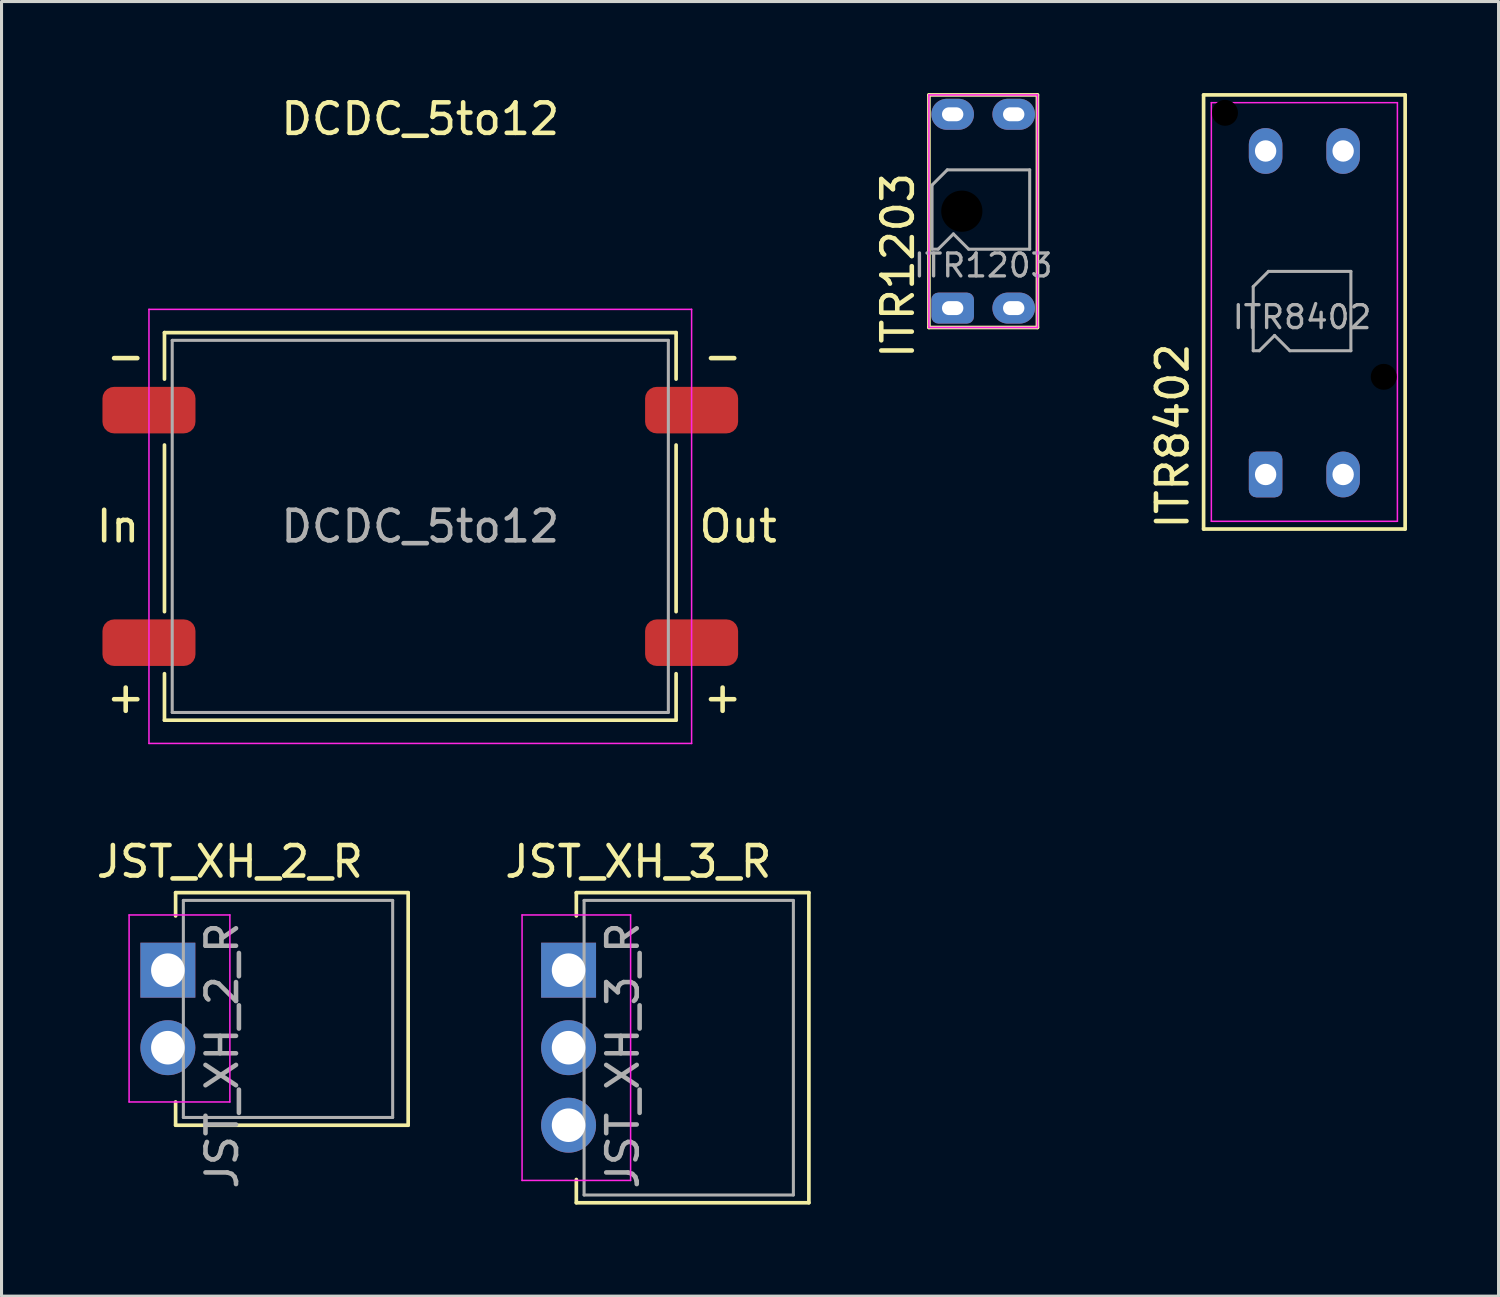
<source format=kicad_pcb>
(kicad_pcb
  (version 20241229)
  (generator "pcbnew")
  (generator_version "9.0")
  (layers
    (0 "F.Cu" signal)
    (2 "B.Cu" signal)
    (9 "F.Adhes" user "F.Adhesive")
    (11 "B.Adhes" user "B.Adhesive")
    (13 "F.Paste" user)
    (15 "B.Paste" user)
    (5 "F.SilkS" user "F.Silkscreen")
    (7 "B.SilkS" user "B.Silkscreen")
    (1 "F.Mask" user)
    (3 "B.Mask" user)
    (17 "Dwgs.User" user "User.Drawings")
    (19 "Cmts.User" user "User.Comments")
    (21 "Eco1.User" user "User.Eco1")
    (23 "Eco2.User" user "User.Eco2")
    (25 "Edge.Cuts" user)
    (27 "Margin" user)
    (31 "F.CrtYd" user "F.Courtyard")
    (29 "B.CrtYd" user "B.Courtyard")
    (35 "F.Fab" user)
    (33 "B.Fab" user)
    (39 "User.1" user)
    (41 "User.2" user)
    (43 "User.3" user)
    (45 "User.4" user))
  (footprint "JST_XH_2_R"
    (layer "F.Cu")
    (at 2.45 30.009)
    (property "Reference" "JST_XH_2_R" (at 2.032 -4.826 0) (layer "F.SilkS") (effects (font (size 1 1) (thickness 0.15))))
    (attr smd)
    (fp_line (start 0.254 -3.81) (end 7.874 -3.81) (stroke (width 0.12) (type solid)) (layer "F.SilkS"))
    (fp_line (start 0.254 -3.048) (end 0.254 -3.81) (stroke (width 0.12) (type solid)) (layer "F.SilkS"))
    (fp_line (start 0.254 3.81) (end 0.254 3.048) (stroke (width 0.12) (type solid)) (layer "F.SilkS"))
    (fp_line (start 0.254 3.81) (end 7.874 3.81) (stroke (width 0.12) (type solid)) (layer "F.SilkS"))
    (fp_line (start 7.874 -3.81) (end 7.874 3.81) (stroke (width 0.12) (type solid)) (layer "F.SilkS"))
    (fp_line (start -1.27 -3.08) (end -1.27 3.048) (stroke (width 0.05) (type solid)) (layer "F.CrtYd"))
    (fp_line (start -1.27 3.048) (end 2.032 3.048) (stroke (width 0.05) (type solid)) (layer "F.CrtYd"))
    (fp_line (start 2.032 -3.08) (end -1.27 -3.08) (stroke (width 0.05) (type solid)) (layer "F.CrtYd"))
    (fp_line (start 2.032 3.048) (end 2.032 -3.08) (stroke (width 0.05) (type solid)) (layer "F.CrtYd"))
    (fp_line (start 0.508 -3.556) (end 7.366 -3.556) (stroke (width 0.1) (type solid)) (layer "F.Fab"))
    (fp_line (start 0.508 3.556) (end 0.508 -3.556) (stroke (width 0.1) (type solid)) (layer "F.Fab"))
    (fp_line (start 7.366 -3.556) (end 7.366 3.556) (stroke (width 0.1) (type solid)) (layer "F.Fab"))
    (fp_line (start 7.366 3.556) (end 0.508 3.556) (stroke (width 0.1) (type solid)) (layer "F.Fab"))
    (fp_text user "${REFERENCE}" (at 1.778 1.524 90) (layer "F.Fab") (effects (font (size 1 1) (thickness 0.15))))
    (pad "1" thru_hole rect (at 0 -1.27 270) (size 1.8 1.8) (drill 1.1) (layers "*.Cu" "*.Mask"))
    (pad "2" thru_hole circle (at 0 1.27 270) (size 1.8 1.8) (drill 1.1) (layers "*.Cu" "*.Mask")))
  (footprint "ITR8402"
    (layer "F.Cu")
    (at 39.689 7.197)
    (property "Reference" "ITR8402" (at -4.318 4.039 90) (layer "F.SilkS") (effects (font (size 1 1) (thickness 0.15))))
    (attr through_hole)
    (fp_line (start -3.302 -7.137) (end -3.302 7.087) (stroke (width 0.12) (type solid)) (layer "F.SilkS"))
    (fp_line (start 3.302 -7.137) (end -3.302 -7.137) (stroke (width 0.12) (type solid)) (layer "F.SilkS"))
    (fp_line (start 3.302 7.087) (end -3.302 7.087) (stroke (width 0.12) (type solid)) (layer "F.SilkS"))
    (fp_line (start 3.302 7.087) (end 3.302 -7.137) (stroke (width 0.12) (type solid)) (layer "F.SilkS"))
    (fp_line (start -3.048 -6.883) (end -3.048 6.833) (stroke (width 0.05) (type solid)) (layer "F.CrtYd"))
    (fp_line (start -3.048 -6.883) (end 3.048 -6.883) (stroke (width 0.05) (type solid)) (layer "F.CrtYd"))
    (fp_line (start 3.048 6.833) (end -3.048 6.833) (stroke (width 0.05) (type solid)) (layer "F.CrtYd"))
    (fp_line (start 3.048 6.833) (end 3.048 -6.883) (stroke (width 0.05) (type solid)) (layer "F.CrtYd"))
    (fp_line (start -1.676 -0.855) (end -1.176 -1.355) (stroke (width 0.1) (type solid)) (layer "F.Fab"))
    (fp_line (start -1.676 1.245) (end -1.676 -0.855) (stroke (width 0.1) (type solid)) (layer "F.Fab"))
    (fp_line (start -1.676 1.245) (end -1.476 1.245) (stroke (width 0.1) (type solid)) (layer "F.Fab"))
    (fp_line (start -1.176 -1.355) (end 1.524 -1.355) (stroke (width 0.1) (type solid)) (layer "F.Fab"))
    (fp_line (start -0.976 0.745) (end -1.476 1.245) (stroke (width 0.1) (type solid)) (layer "F.Fab"))
    (fp_line (start -0.976 0.745) (end -0.476 1.245) (stroke (width 0.1) (type solid)) (layer "F.Fab"))
    (fp_line (start 1.524 -1.355) (end 1.524 1.245) (stroke (width 0.1) (type solid)) (layer "F.Fab"))
    (fp_line (start 1.524 1.245) (end -0.476 1.245) (stroke (width 0.1) (type solid)) (layer "F.Fab"))
    (fp_text user "${REFERENCE}" (at -0.076 0.145 0) (layer "F.Fab") (effects (font (size 0.75 0.75) (thickness 0.11))))
    (pad "" np_thru_hole circle (at -2.6 -6.55) (size 0.85 0.85) (drill 0.85) (layers "*.Mask"))
    (pad "" np_thru_hole circle (at 2.6 2.1) (size 0.85 0.85) (drill 0.85) (layers "*.Mask"))
    (pad "1" thru_hole oval (at 1.27 5.3) (size 1.1 1.5) (drill 0.7) (layers "*.Cu" "*.Mask"))
    (pad "2" thru_hole roundrect (at -1.27 5.3) (size 1.1 1.5) (drill 0.7) (layers "*.Cu" "*.Mask") (roundrect_rratio 0.227))
    (pad "3" thru_hole oval (at 1.27 -5.3) (size 1.1 1.5) (drill 0.7) (layers "*.Cu" "*.Mask"))
    (pad "4" thru_hole oval (at -1.27 -5.3) (size 1.1 1.5) (drill 0.7) (layers "*.Cu" "*.Mask")))
  (footprint "DCDC_5to12"
    (layer "F.Cu")
    (at 10.721 14.198)
    (property "Reference" "DCDC_5to12" (at 0 -13.35 0) (layer "F.SilkS") (effects (font (size 1 1) (thickness 0.15))))
    (attr smd)
    (fp_line (start -8.382 -4.826) (end -8.382 -6.35) (stroke (width 0.12) (type solid)) (layer "F.SilkS"))
    (fp_line (start -8.382 -2.667) (end -8.382 2.794) (stroke (width 0.12) (type solid)) (layer "F.SilkS"))
    (fp_line (start -8.382 4.826) (end -8.382 6.35) (stroke (width 0.12) (type solid)) (layer "F.SilkS"))
    (fp_line (start 8.382 -6.35) (end -8.382 -6.35) (stroke (width 0.12) (type solid)) (layer "F.SilkS"))
    (fp_line (start 8.382 -4.826) (end 8.382 -6.35) (stroke (width 0.12) (type solid)) (layer "F.SilkS"))
    (fp_line (start 8.382 -2.667) (end 8.382 2.794) (stroke (width 0.12) (type solid)) (layer "F.SilkS"))
    (fp_line (start 8.382 4.826) (end 8.382 6.35) (stroke (width 0.12) (type solid)) (layer "F.SilkS"))
    (fp_line (start 8.382 6.35) (end -8.382 6.35) (stroke (width 0.12) (type solid)) (layer "F.SilkS"))
    (fp_line (start -8.89 -7.112) (end -8.89 7.112) (stroke (width 0.05) (type solid)) (layer "F.CrtYd"))
    (fp_line (start -8.89 -7.112) (end 8.89 -7.112) (stroke (width 0.05) (type solid)) (layer "F.CrtYd"))
    (fp_line (start -8.89 7.112) (end 8.89 7.112) (stroke (width 0.05) (type solid)) (layer "F.CrtYd"))
    (fp_line (start 8.89 7.112) (end 8.89 -7.112) (stroke (width 0.05) (type solid)) (layer "F.CrtYd"))
    (fp_line (start -8.128 -6.096) (end -8.128 6.096) (stroke (width 0.1) (type solid)) (layer "F.Fab"))
    (fp_line (start -8.128 6.096) (end 8.128 6.096) (stroke (width 0.1) (type solid)) (layer "F.Fab"))
    (fp_line (start 8.128 -6.096) (end -8.128 -6.096) (stroke (width 0.1) (type solid)) (layer "F.Fab"))
    (fp_line (start 8.128 6.096) (end 8.128 -6.096) (stroke (width 0.1) (type solid)) (layer "F.Fab"))
    (fp_text user "-" (at -9.652 -5.588 0) (unlocked yes) (layer "F.SilkS") (effects (font (size 1 1) (thickness 0.15))))
    (fp_text user "+" (at 9.906 5.588 0) (unlocked yes) (layer "F.SilkS") (effects (font (size 1 1) (thickness 0.15))))
    (fp_text user "+" (at -9.652 5.588 0) (unlocked yes) (layer "F.SilkS") (effects (font (size 1 1) (thickness 0.15))))
    (fp_text user "In" (at -9.906 0 0) (unlocked yes) (layer "F.SilkS") (effects (font (size 1 1) (thickness 0.15))))
    (fp_text user "Out" (at 10.414 0 0) (unlocked yes) (layer "F.SilkS") (effects (font (size 1 1) (thickness 0.15))))
    (fp_text user "-" (at 9.906 -5.588 0) (unlocked yes) (layer "F.SilkS") (effects (font (size 1 1) (thickness 0.15))))
    (fp_text user "${REFERENCE}" (at 0 0 0) (layer "F.Fab") (effects (font (size 1 1) (thickness 0.15))))
    (pad "1" smd roundrect (at -8.89 -3.81) (size 3.048 1.524) (layers "F.Cu" "F.Mask" "F.Paste") (roundrect_rratio 0.25))
    (pad "2" smd roundrect (at 8.89 -3.81) (size 3.048 1.524) (layers "F.Cu" "F.Mask" "F.Paste") (roundrect_rratio 0.25))
    (pad "3" smd roundrect (at -8.89 3.81) (size 3.048 1.524) (layers "F.Cu" "F.Mask" "F.Paste") (roundrect_rratio 0.25))
    (pad "4" smd roundrect (at 8.89 3.81) (size 3.048 1.524) (layers "F.Cu" "F.Mask" "F.Paste") (roundrect_rratio 0.25)))
  (footprint "ITR1203"
    (layer "F.Cu")
    (at 29.165 3.87)
    (property "Reference" "ITR1203" (at -2.794 1.778 90) (layer "F.SilkS") (effects (font (size 1 1) (thickness 0.15))))
    (attr through_hole)
    (fp_line (start -1.778 -3.81) (end -1.778 3.81) (stroke (width 0.12) (type solid)) (layer "F.SilkS"))
    (fp_line (start 1.778 -3.81) (end -1.778 -3.81) (stroke (width 0.12) (type solid)) (layer "F.SilkS"))
    (fp_line (start 1.778 3.81) (end -1.778 3.81) (stroke (width 0.12) (type solid)) (layer "F.SilkS"))
    (fp_line (start 1.778 3.81) (end 1.778 -3.81) (stroke (width 0.12) (type solid)) (layer "F.SilkS"))
    (fp_line (start -1.778 -3.81) (end -1.778 3.81) (stroke (width 0.05) (type solid)) (layer "F.CrtYd"))
    (fp_line (start -1.778 -3.81) (end 1.778 -3.81) (stroke (width 0.05) (type solid)) (layer "F.CrtYd"))
    (fp_line (start 1.778 3.81) (end -1.778 3.81) (stroke (width 0.05) (type solid)) (layer "F.CrtYd"))
    (fp_line (start 1.778 3.81) (end 1.778 -3.81) (stroke (width 0.05) (type solid)) (layer "F.CrtYd"))
    (fp_line (start -1.676 -0.855) (end -1.176 -1.355) (stroke (width 0.1) (type solid)) (layer "F.Fab"))
    (fp_line (start -1.676 1.245) (end -1.676 -0.855) (stroke (width 0.1) (type solid)) (layer "F.Fab"))
    (fp_line (start -1.676 1.245) (end -1.476 1.245) (stroke (width 0.1) (type solid)) (layer "F.Fab"))
    (fp_line (start -1.176 -1.355) (end 1.524 -1.355) (stroke (width 0.1) (type solid)) (layer "F.Fab"))
    (fp_line (start -0.976 0.745) (end -1.476 1.245) (stroke (width 0.1) (type solid)) (layer "F.Fab"))
    (fp_line (start -0.976 0.745) (end -0.476 1.245) (stroke (width 0.1) (type solid)) (layer "F.Fab"))
    (fp_line (start 1.524 -1.355) (end 1.524 1.245) (stroke (width 0.1) (type solid)) (layer "F.Fab"))
    (fp_line (start 1.524 1.245) (end -0.476 1.245) (stroke (width 0.1) (type solid)) (layer "F.Fab"))
    (fp_text user "${REFERENCE}" (at 0 1.778 0) (layer "F.Fab") (effects (font (size 0.75 0.75) (thickness 0.11))))
    (pad "" np_thru_hole circle (at -0.7 0) (size 1.35 1.35) (drill 1.35) (layers "*.Mask"))
    (pad "1" thru_hole oval (at 1 3.175) (size 1.397 1.016) (drill oval 0.7 0.457) (layers "*.Cu" "*.Mask"))
    (pad "2" thru_hole roundrect (at -1 3.175) (size 1.397 1.016) (drill oval 0.7 0.457) (layers "*.Cu" "*.Mask") (roundrect_rratio 0.227))
    (pad "3" thru_hole oval (at 1 -3.175) (size 1.397 1.016) (drill oval 0.7 0.457) (layers "*.Cu" "*.Mask"))
    (pad "4" thru_hole oval (at -1 -3.175) (size 1.397 1.016) (drill oval 0.7 0.457) (layers "*.Cu" "*.Mask")))
  (footprint "JST_XH_3_R"
    (layer "F.Cu")
    (at 15.58 31.279)
    (property "Reference" "JST_XH_3_R" (at 2.286 -6.096 0) (layer "F.SilkS") (effects (font (size 1 1) (thickness 0.15))))
    (attr smd)
    (fp_line (start 0.254 -5.08) (end 7.874 -5.08) (stroke (width 0.12) (type solid)) (layer "F.SilkS"))
    (fp_line (start 0.254 -4.318) (end 0.254 -5.08) (stroke (width 0.12) (type solid)) (layer "F.SilkS"))
    (fp_line (start 0.254 5.08) (end 0.254 4.318) (stroke (width 0.12) (type solid)) (layer "F.SilkS"))
    (fp_line (start 0.254 5.08) (end 7.874 5.08) (stroke (width 0.12) (type solid)) (layer "F.SilkS"))
    (fp_line (start 7.874 -5.08) (end 7.874 5.08) (stroke (width 0.12) (type solid)) (layer "F.SilkS"))
    (fp_line (start -1.524 -4.35) (end -1.524 4.35) (stroke (width 0.05) (type solid)) (layer "F.CrtYd"))
    (fp_line (start -1.524 4.35) (end 2.032 4.35) (stroke (width 0.05) (type solid)) (layer "F.CrtYd"))
    (fp_line (start 2.032 -4.35) (end -1.524 -4.35) (stroke (width 0.05) (type solid)) (layer "F.CrtYd"))
    (fp_line (start 2.032 4.35) (end 2.032 -4.35) (stroke (width 0.05) (type solid)) (layer "F.CrtYd"))
    (fp_line (start 0.508 -4.826) (end 7.366 -4.826) (stroke (width 0.1) (type solid)) (layer "F.Fab"))
    (fp_line (start 0.508 4.826) (end 0.508 -4.826) (stroke (width 0.1) (type solid)) (layer "F.Fab"))
    (fp_line (start 7.366 -4.826) (end 7.366 4.826) (stroke (width 0.1) (type solid)) (layer "F.Fab"))
    (fp_line (start 7.366 4.826) (end 0.508 4.826) (stroke (width 0.1) (type solid)) (layer "F.Fab"))
    (fp_text user "${REFERENCE}" (at 1.778 0.254 90) (layer "F.Fab") (effects (font (size 1 1) (thickness 0.15))))
    (pad "1" thru_hole rect (at 0 -2.54 270) (size 1.8 1.8) (drill 1.1) (layers "*.Cu" "*.Mask"))
    (pad "2" thru_hole circle (at 0 0 270) (size 1.8 1.8) (drill 1.1) (layers "*.Cu" "*.Mask"))
    (pad "3" thru_hole circle (at 0 2.54 270) (size 1.8 1.8) (drill 1.1) (layers "*.Cu" "*.Mask")))
  (gr_rect
    (start -3 -3)
    (end 46.051 39.419)
    (stroke (width 0.1) (type default))
    (fill no)
    (layer "Edge.Cuts")))
</source>
